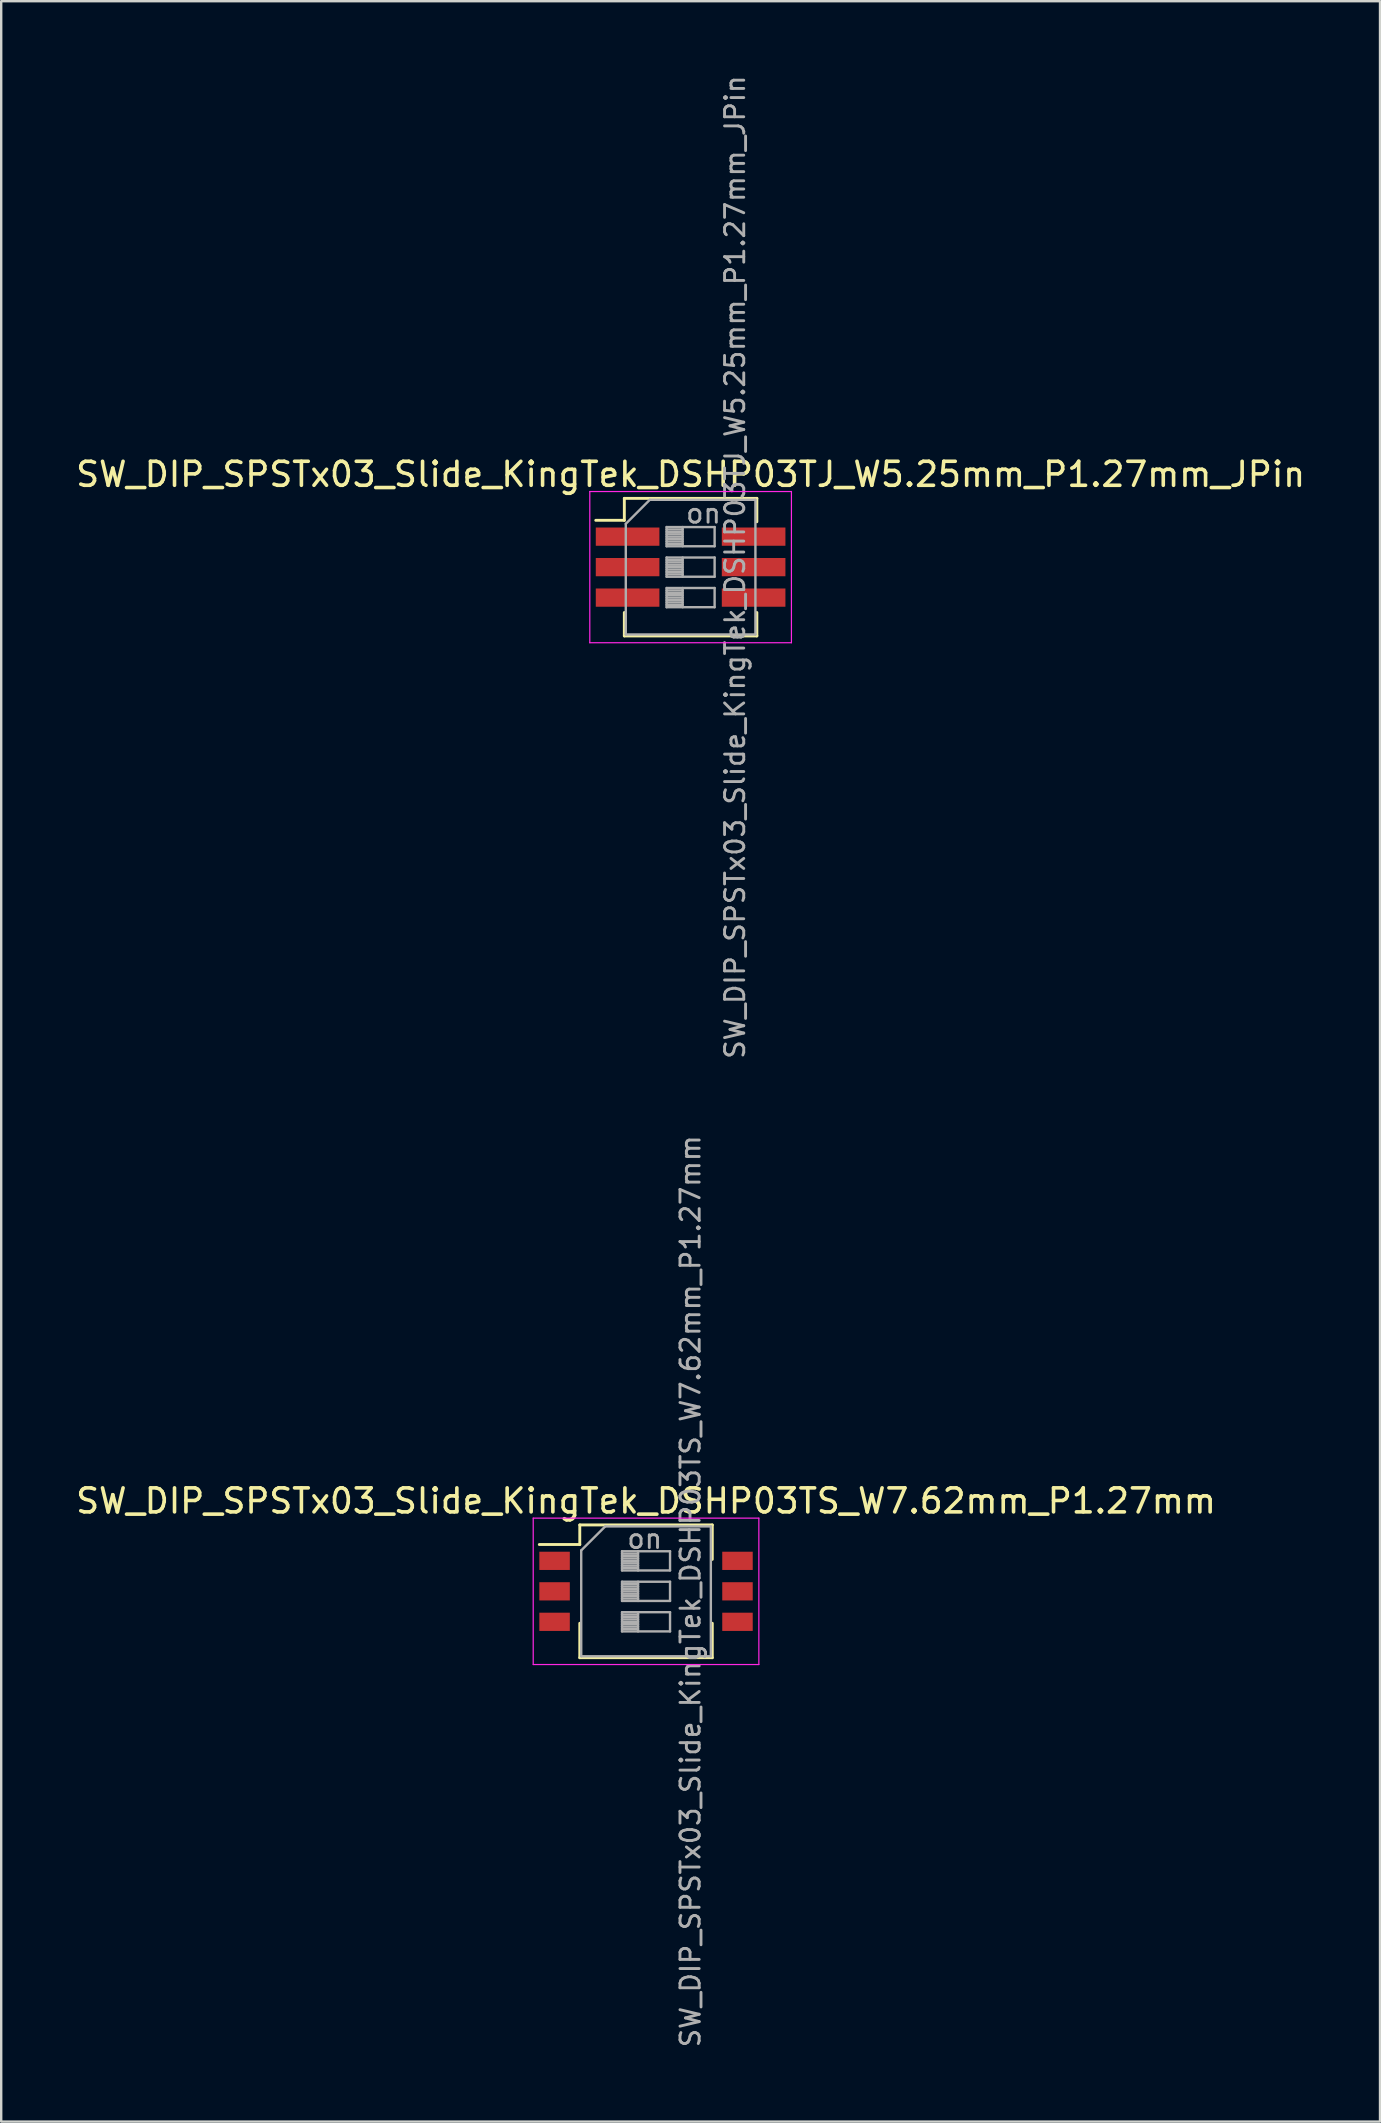
<source format=kicad_pcb>
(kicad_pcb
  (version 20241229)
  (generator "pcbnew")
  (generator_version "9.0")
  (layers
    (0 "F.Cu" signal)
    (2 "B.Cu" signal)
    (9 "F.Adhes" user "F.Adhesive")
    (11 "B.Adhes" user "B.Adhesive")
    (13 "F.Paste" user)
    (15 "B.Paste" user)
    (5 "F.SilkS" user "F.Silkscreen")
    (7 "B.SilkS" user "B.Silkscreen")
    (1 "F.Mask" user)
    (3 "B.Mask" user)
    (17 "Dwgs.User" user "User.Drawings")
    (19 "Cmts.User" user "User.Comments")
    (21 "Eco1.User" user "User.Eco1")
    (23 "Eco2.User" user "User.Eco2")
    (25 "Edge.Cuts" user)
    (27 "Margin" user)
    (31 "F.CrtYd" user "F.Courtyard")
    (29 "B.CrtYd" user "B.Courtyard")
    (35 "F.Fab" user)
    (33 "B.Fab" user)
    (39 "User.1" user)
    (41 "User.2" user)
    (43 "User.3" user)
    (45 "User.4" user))
  (footprint "SW_DIP_SPSTx03_Slide_KingTek_DSHP03TS_W7.62mm_P1.27mm"
    (layer "F.Cu")
    (at 23.863 63.243)
    (property "Reference" "SW_DIP_SPSTx03_Slide_KingTek_DSHP03TS_W7.62mm_P1.27mm" (at 0 -3.765 0) (layer "F.SilkS") (effects (font (size 1 1) (thickness 0.15))))
    (attr smd)
    (fp_line (start -4.446 -1.95) (end -2.76 -1.95) (stroke (width 0.12) (type solid)) (layer "F.SilkS"))
    (fp_line (start -2.76 -2.766) (end -2.76 -1.95) (stroke (width 0.12) (type solid)) (layer "F.SilkS"))
    (fp_line (start -2.76 -2.766) (end 2.76 -2.766) (stroke (width 0.12) (type solid)) (layer "F.SilkS"))
    (fp_line (start -2.76 1.33) (end -2.76 2.765) (stroke (width 0.12) (type solid)) (layer "F.SilkS"))
    (fp_line (start -2.76 2.765) (end 2.76 2.765) (stroke (width 0.12) (type solid)) (layer "F.SilkS"))
    (fp_line (start 2.76 -2.766) (end 2.76 -1.331) (stroke (width 0.12) (type solid)) (layer "F.SilkS"))
    (fp_line (start 2.76 1.33) (end 2.76 2.765) (stroke (width 0.12) (type solid)) (layer "F.SilkS"))
    (fp_line (start -4.7 -3.05) (end -4.7 3.05) (stroke (width 0.05) (type solid)) (layer "F.CrtYd"))
    (fp_line (start -4.7 3.05) (end 4.7 3.05) (stroke (width 0.05) (type solid)) (layer "F.CrtYd"))
    (fp_line (start 4.7 -3.05) (end -4.7 -3.05) (stroke (width 0.05) (type solid)) (layer "F.CrtYd"))
    (fp_line (start 4.7 3.05) (end 4.7 -3.05) (stroke (width 0.05) (type solid)) (layer "F.CrtYd"))
    (fp_line (start -2.7 -1.705) (end -1.7 -2.705) (stroke (width 0.1) (type solid)) (layer "F.Fab"))
    (fp_line (start -2.7 2.705) (end -2.7 -1.705) (stroke (width 0.1) (type solid)) (layer "F.Fab"))
    (fp_line (start -1.7 -2.705) (end 2.7 -2.705) (stroke (width 0.1) (type solid)) (layer "F.Fab"))
    (fp_line (start -1 -1.67) (end -1 -0.87) (stroke (width 0.1) (type solid)) (layer "F.Fab"))
    (fp_line (start -1 -1.57) (end -0.333 -1.57) (stroke (width 0.1) (type solid)) (layer "F.Fab"))
    (fp_line (start -1 -1.47) (end -0.333 -1.47) (stroke (width 0.1) (type solid)) (layer "F.Fab"))
    (fp_line (start -1 -1.37) (end -0.333 -1.37) (stroke (width 0.1) (type solid)) (layer "F.Fab"))
    (fp_line (start -1 -1.27) (end -0.333 -1.27) (stroke (width 0.1) (type solid)) (layer "F.Fab"))
    (fp_line (start -1 -1.17) (end -0.333 -1.17) (stroke (width 0.1) (type solid)) (layer "F.Fab"))
    (fp_line (start -1 -1.07) (end -0.333 -1.07) (stroke (width 0.1) (type solid)) (layer "F.Fab"))
    (fp_line (start -1 -0.97) (end -0.333 -0.97) (stroke (width 0.1) (type solid)) (layer "F.Fab"))
    (fp_line (start -1 -0.87) (end 1 -0.87) (stroke (width 0.1) (type solid)) (layer "F.Fab"))
    (fp_line (start -1 -0.4) (end -1 0.4) (stroke (width 0.1) (type solid)) (layer "F.Fab"))
    (fp_line (start -1 -0.3) (end -0.333 -0.3) (stroke (width 0.1) (type solid)) (layer "F.Fab"))
    (fp_line (start -1 -0.2) (end -0.333 -0.2) (stroke (width 0.1) (type solid)) (layer "F.Fab"))
    (fp_line (start -1 -0.1) (end -0.333 -0.1) (stroke (width 0.1) (type solid)) (layer "F.Fab"))
    (fp_line (start -1 0) (end -0.333 0) (stroke (width 0.1) (type solid)) (layer "F.Fab"))
    (fp_line (start -1 0.1) (end -0.333 0.1) (stroke (width 0.1) (type solid)) (layer "F.Fab"))
    (fp_line (start -1 0.2) (end -0.333 0.2) (stroke (width 0.1) (type solid)) (layer "F.Fab"))
    (fp_line (start -1 0.3) (end -0.333 0.3) (stroke (width 0.1) (type solid)) (layer "F.Fab"))
    (fp_line (start -1 0.4) (end 1 0.4) (stroke (width 0.1) (type solid)) (layer "F.Fab"))
    (fp_line (start -1 0.87) (end -1 1.67) (stroke (width 0.1) (type solid)) (layer "F.Fab"))
    (fp_line (start -1 0.97) (end -0.333 0.97) (stroke (width 0.1) (type solid)) (layer "F.Fab"))
    (fp_line (start -1 1.07) (end -0.333 1.07) (stroke (width 0.1) (type solid)) (layer "F.Fab"))
    (fp_line (start -1 1.17) (end -0.333 1.17) (stroke (width 0.1) (type solid)) (layer "F.Fab"))
    (fp_line (start -1 1.27) (end -0.333 1.27) (stroke (width 0.1) (type solid)) (layer "F.Fab"))
    (fp_line (start -1 1.37) (end -0.333 1.37) (stroke (width 0.1) (type solid)) (layer "F.Fab"))
    (fp_line (start -1 1.47) (end -0.333 1.47) (stroke (width 0.1) (type solid)) (layer "F.Fab"))
    (fp_line (start -1 1.57) (end -0.333 1.57) (stroke (width 0.1) (type solid)) (layer "F.Fab"))
    (fp_line (start -1 1.67) (end 1 1.67) (stroke (width 0.1) (type solid)) (layer "F.Fab"))
    (fp_line (start -0.333 -1.67) (end -0.333 -0.87) (stroke (width 0.1) (type solid)) (layer "F.Fab"))
    (fp_line (start -0.333 -0.4) (end -0.333 0.4) (stroke (width 0.1) (type solid)) (layer "F.Fab"))
    (fp_line (start -0.333 0.87) (end -0.333 1.67) (stroke (width 0.1) (type solid)) (layer "F.Fab"))
    (fp_line (start 1 -1.67) (end -1 -1.67) (stroke (width 0.1) (type solid)) (layer "F.Fab"))
    (fp_line (start 1 -0.87) (end 1 -1.67) (stroke (width 0.1) (type solid)) (layer "F.Fab"))
    (fp_line (start 1 -0.4) (end -1 -0.4) (stroke (width 0.1) (type solid)) (layer "F.Fab"))
    (fp_line (start 1 0.4) (end 1 -0.4) (stroke (width 0.1) (type solid)) (layer "F.Fab"))
    (fp_line (start 1 0.87) (end -1 0.87) (stroke (width 0.1) (type solid)) (layer "F.Fab"))
    (fp_line (start 1 1.67) (end 1 0.87) (stroke (width 0.1) (type solid)) (layer "F.Fab"))
    (fp_line (start 2.7 -2.705) (end 2.7 2.705) (stroke (width 0.1) (type solid)) (layer "F.Fab"))
    (fp_line (start 2.7 2.705) (end -2.7 2.705) (stroke (width 0.1) (type solid)) (layer "F.Fab"))
    (fp_text user "${REFERENCE}" (at 1.85 0 90) (layer "F.Fab") (effects (font (size 0.8 0.8) (thickness 0.12))))
    (fp_text user "on" (at -0.055 -2.188 0) (layer "F.Fab") (effects (font (size 0.8 0.8) (thickness 0.12))))
    (pad "1" smd rect (at -3.81 -1.27) (size 1.27 0.76) (layers "F.Cu" "F.Mask" "F.Paste"))
    (pad "2" smd rect (at -3.81 0) (size 1.27 0.76) (layers "F.Cu" "F.Mask" "F.Paste"))
    (pad "3" smd rect (at -3.81 1.27) (size 1.27 0.76) (layers "F.Cu" "F.Mask" "F.Paste"))
    (pad "4" smd rect (at 3.81 1.27) (size 1.27 0.76) (layers "F.Cu" "F.Mask" "F.Paste"))
    (pad "5" smd rect (at 3.81 0) (size 1.27 0.76) (layers "F.Cu" "F.Mask" "F.Paste"))
    (pad "6" smd rect (at 3.81 -1.27) (size 1.27 0.76) (layers "F.Cu" "F.Mask" "F.Paste")))
  (footprint "SW_DIP_SPSTx03_Slide_KingTek_DSHP03TJ_W5.25mm_P1.27mm_JPin"
    (layer "F.Cu")
    (at 25.72 20.576)
    (property "Reference" "SW_DIP_SPSTx03_Slide_KingTek_DSHP03TJ_W5.25mm_P1.27mm_JPin" (at 0 -3.865 0) (layer "F.SilkS") (effects (font (size 1 1) (thickness 0.15))))
    (attr smd)
    (fp_line (start -3.951 -1.95) (end -2.761 -1.95) (stroke (width 0.12) (type solid)) (layer "F.SilkS"))
    (fp_line (start -2.761 -2.865) (end -2.761 -1.95) (stroke (width 0.12) (type solid)) (layer "F.SilkS"))
    (fp_line (start -2.761 -2.865) (end 2.76 -2.865) (stroke (width 0.12) (type solid)) (layer "F.SilkS"))
    (fp_line (start -2.761 1.89) (end -2.761 2.866) (stroke (width 0.12) (type solid)) (layer "F.SilkS"))
    (fp_line (start -2.761 2.866) (end 2.76 2.866) (stroke (width 0.12) (type solid)) (layer "F.SilkS"))
    (fp_line (start 2.76 -2.865) (end 2.76 -1.89) (stroke (width 0.12) (type solid)) (layer "F.SilkS"))
    (fp_line (start 2.76 1.89) (end 2.76 2.866) (stroke (width 0.12) (type solid)) (layer "F.SilkS"))
    (fp_line (start -4.2 -3.15) (end -4.2 3.15) (stroke (width 0.05) (type solid)) (layer "F.CrtYd"))
    (fp_line (start -4.2 3.15) (end 4.2 3.15) (stroke (width 0.05) (type solid)) (layer "F.CrtYd"))
    (fp_line (start 4.2 -3.15) (end -4.2 -3.15) (stroke (width 0.05) (type solid)) (layer "F.CrtYd"))
    (fp_line (start 4.2 3.15) (end 4.2 -3.15) (stroke (width 0.05) (type solid)) (layer "F.CrtYd"))
    (fp_line (start -2.7 -1.805) (end -1.7 -2.805) (stroke (width 0.1) (type solid)) (layer "F.Fab"))
    (fp_line (start -2.7 2.805) (end -2.7 -1.805) (stroke (width 0.1) (type solid)) (layer "F.Fab"))
    (fp_line (start -1.7 -2.805) (end 2.7 -2.805) (stroke (width 0.1) (type solid)) (layer "F.Fab"))
    (fp_line (start -1 -1.67) (end -1 -0.87) (stroke (width 0.1) (type solid)) (layer "F.Fab"))
    (fp_line (start -1 -1.57) (end -0.333 -1.57) (stroke (width 0.1) (type solid)) (layer "F.Fab"))
    (fp_line (start -1 -1.47) (end -0.333 -1.47) (stroke (width 0.1) (type solid)) (layer "F.Fab"))
    (fp_line (start -1 -1.37) (end -0.333 -1.37) (stroke (width 0.1) (type solid)) (layer "F.Fab"))
    (fp_line (start -1 -1.27) (end -0.333 -1.27) (stroke (width 0.1) (type solid)) (layer "F.Fab"))
    (fp_line (start -1 -1.17) (end -0.333 -1.17) (stroke (width 0.1) (type solid)) (layer "F.Fab"))
    (fp_line (start -1 -1.07) (end -0.333 -1.07) (stroke (width 0.1) (type solid)) (layer "F.Fab"))
    (fp_line (start -1 -0.97) (end -0.333 -0.97) (stroke (width 0.1) (type solid)) (layer "F.Fab"))
    (fp_line (start -1 -0.87) (end 1 -0.87) (stroke (width 0.1) (type solid)) (layer "F.Fab"))
    (fp_line (start -1 -0.4) (end -1 0.4) (stroke (width 0.1) (type solid)) (layer "F.Fab"))
    (fp_line (start -1 -0.3) (end -0.333 -0.3) (stroke (width 0.1) (type solid)) (layer "F.Fab"))
    (fp_line (start -1 -0.2) (end -0.333 -0.2) (stroke (width 0.1) (type solid)) (layer "F.Fab"))
    (fp_line (start -1 -0.1) (end -0.333 -0.1) (stroke (width 0.1) (type solid)) (layer "F.Fab"))
    (fp_line (start -1 0) (end -0.333 0) (stroke (width 0.1) (type solid)) (layer "F.Fab"))
    (fp_line (start -1 0.1) (end -0.333 0.1) (stroke (width 0.1) (type solid)) (layer "F.Fab"))
    (fp_line (start -1 0.2) (end -0.333 0.2) (stroke (width 0.1) (type solid)) (layer "F.Fab"))
    (fp_line (start -1 0.3) (end -0.333 0.3) (stroke (width 0.1) (type solid)) (layer "F.Fab"))
    (fp_line (start -1 0.4) (end 1 0.4) (stroke (width 0.1) (type solid)) (layer "F.Fab"))
    (fp_line (start -1 0.87) (end -1 1.67) (stroke (width 0.1) (type solid)) (layer "F.Fab"))
    (fp_line (start -1 0.97) (end -0.333 0.97) (stroke (width 0.1) (type solid)) (layer "F.Fab"))
    (fp_line (start -1 1.07) (end -0.333 1.07) (stroke (width 0.1) (type solid)) (layer "F.Fab"))
    (fp_line (start -1 1.17) (end -0.333 1.17) (stroke (width 0.1) (type solid)) (layer "F.Fab"))
    (fp_line (start -1 1.27) (end -0.333 1.27) (stroke (width 0.1) (type solid)) (layer "F.Fab"))
    (fp_line (start -1 1.37) (end -0.333 1.37) (stroke (width 0.1) (type solid)) (layer "F.Fab"))
    (fp_line (start -1 1.47) (end -0.333 1.47) (stroke (width 0.1) (type solid)) (layer "F.Fab"))
    (fp_line (start -1 1.57) (end -0.333 1.57) (stroke (width 0.1) (type solid)) (layer "F.Fab"))
    (fp_line (start -1 1.67) (end 1 1.67) (stroke (width 0.1) (type solid)) (layer "F.Fab"))
    (fp_line (start -0.333 -1.67) (end -0.333 -0.87) (stroke (width 0.1) (type solid)) (layer "F.Fab"))
    (fp_line (start -0.333 -0.4) (end -0.333 0.4) (stroke (width 0.1) (type solid)) (layer "F.Fab"))
    (fp_line (start -0.333 0.87) (end -0.333 1.67) (stroke (width 0.1) (type solid)) (layer "F.Fab"))
    (fp_line (start 1 -1.67) (end -1 -1.67) (stroke (width 0.1) (type solid)) (layer "F.Fab"))
    (fp_line (start 1 -0.87) (end 1 -1.67) (stroke (width 0.1) (type solid)) (layer "F.Fab"))
    (fp_line (start 1 -0.4) (end -1 -0.4) (stroke (width 0.1) (type solid)) (layer "F.Fab"))
    (fp_line (start 1 0.4) (end 1 -0.4) (stroke (width 0.1) (type solid)) (layer "F.Fab"))
    (fp_line (start 1 0.87) (end -1 0.87) (stroke (width 0.1) (type solid)) (layer "F.Fab"))
    (fp_line (start 1 1.67) (end 1 0.87) (stroke (width 0.1) (type solid)) (layer "F.Fab"))
    (fp_line (start 2.7 -2.805) (end 2.7 2.805) (stroke (width 0.1) (type solid)) (layer "F.Fab"))
    (fp_line (start 2.7 2.805) (end -2.7 2.805) (stroke (width 0.1) (type solid)) (layer "F.Fab"))
    (fp_text user "${REFERENCE}" (at 1.85 0 90) (layer "F.Fab") (effects (font (size 0.8 0.8) (thickness 0.12))))
    (fp_text user "on" (at 0.537 -2.237 0) (layer "F.Fab") (effects (font (size 0.8 0.8) (thickness 0.12))))
    (pad "1" smd rect (at -2.625 -1.27) (size 2.65 0.76) (layers "F.Cu" "F.Mask" "F.Paste"))
    (pad "2" smd rect (at -2.625 0) (size 2.65 0.76) (layers "F.Cu" "F.Mask" "F.Paste"))
    (pad "3" smd rect (at -2.625 1.27) (size 2.65 0.76) (layers "F.Cu" "F.Mask" "F.Paste"))
    (pad "4" smd rect (at 2.625 1.27) (size 2.65 0.76) (layers "F.Cu" "F.Mask" "F.Paste"))
    (pad "5" smd rect (at 2.625 0) (size 2.65 0.76) (layers "F.Cu" "F.Mask" "F.Paste"))
    (pad "6" smd rect (at 2.625 -1.27) (size 2.65 0.76) (layers "F.Cu" "F.Mask" "F.Paste")))
  (gr_rect
    (start -3 -3)
    (end 54.44 85.333)
    (stroke (width 0.1) (type default))
    (fill no)
    (layer "Edge.Cuts")))
</source>
